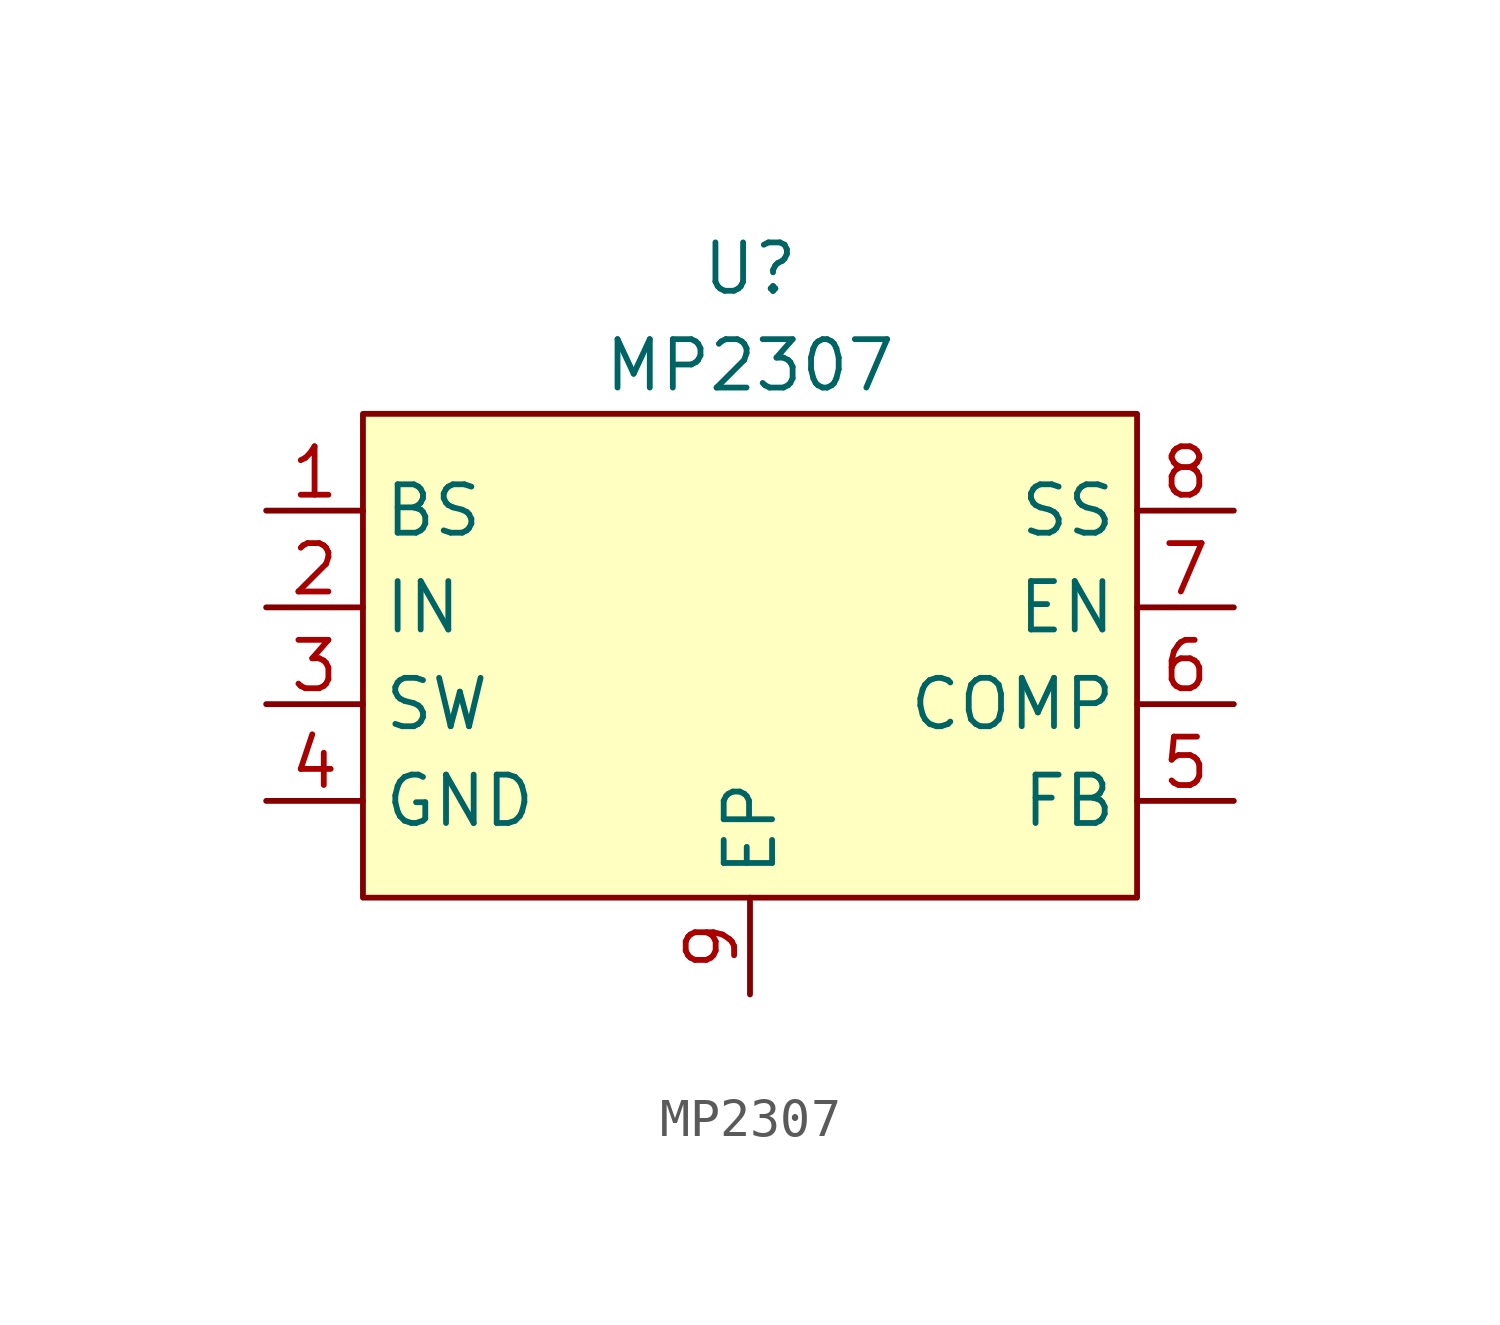
<source format=kicad_sym>
(kicad_symbol_lib
  (version 20211014)
  (generator kicad_symbol_editor)
  (symbol "MP2307"
    (property "Reference" "U"
      (at 0 10.16 0)
      (effects (font (size 1.27 1.27))))
    (property "Value" "MP2307"
      (at 0 7.62 0)
      (effects (font (size 1.27 1.27))))
    (symbol "MP2307_0_1"
      (rectangle (start -10.16 6.35) (end 10.16 -6.35) (stroke (width 0.152) (type default) (color 0 0 0 0)) (fill (type background))))
    (symbol "MP2307_1_1"
      (pin bidirectional line (at -12.7 3.81 0) (length 2.54) (name "BS" (effects (font (size 1.27 1.27)))) (number "1" (effects (font (size 1.27 1.27)))))
      (pin power_in line (at -12.7 1.27 0) (length 2.54) (name "IN" (effects (font (size 1.27 1.27)))) (number "2" (effects (font (size 1.27 1.27)))))
      (pin input line (at -12.7 -1.27 0) (length 2.54) (name "SW" (effects (font (size 1.27 1.27)))) (number "3" (effects (font (size 1.27 1.27)))))
      (pin power_in line (at -12.7 -3.81 0) (length 2.54) (name "GND" (effects (font (size 1.27 1.27)))) (number "4" (effects (font (size 1.27 1.27)))))
      (pin output line (at 12.7 -3.81 180) (length 2.54) (name "FB" (effects (font (size 1.27 1.27)))) (number "5" (effects (font (size 1.27 1.27)))))
      (pin output line (at 12.7 -1.27 180) (length 2.54) (name "COMP" (effects (font (size 1.27 1.27)))) (number "6" (effects (font (size 1.27 1.27)))))
      (pin input line (at 12.7 1.27 180) (length 2.54) (name "EN" (effects (font (size 1.27 1.27)))) (number "7" (effects (font (size 1.27 1.27)))))
      (pin output line (at 12.7 3.81 180) (length 2.54) (name "SS" (effects (font (size 1.27 1.27)))) (number "8" (effects (font (size 1.27 1.27)))))
      (pin passive line (at 0 -8.89 90) (length 2.54) (name "EP" (effects (font (size 1.27 1.27)))) (number "9" (effects (font (size 1.27 1.27))))))))
</source>
